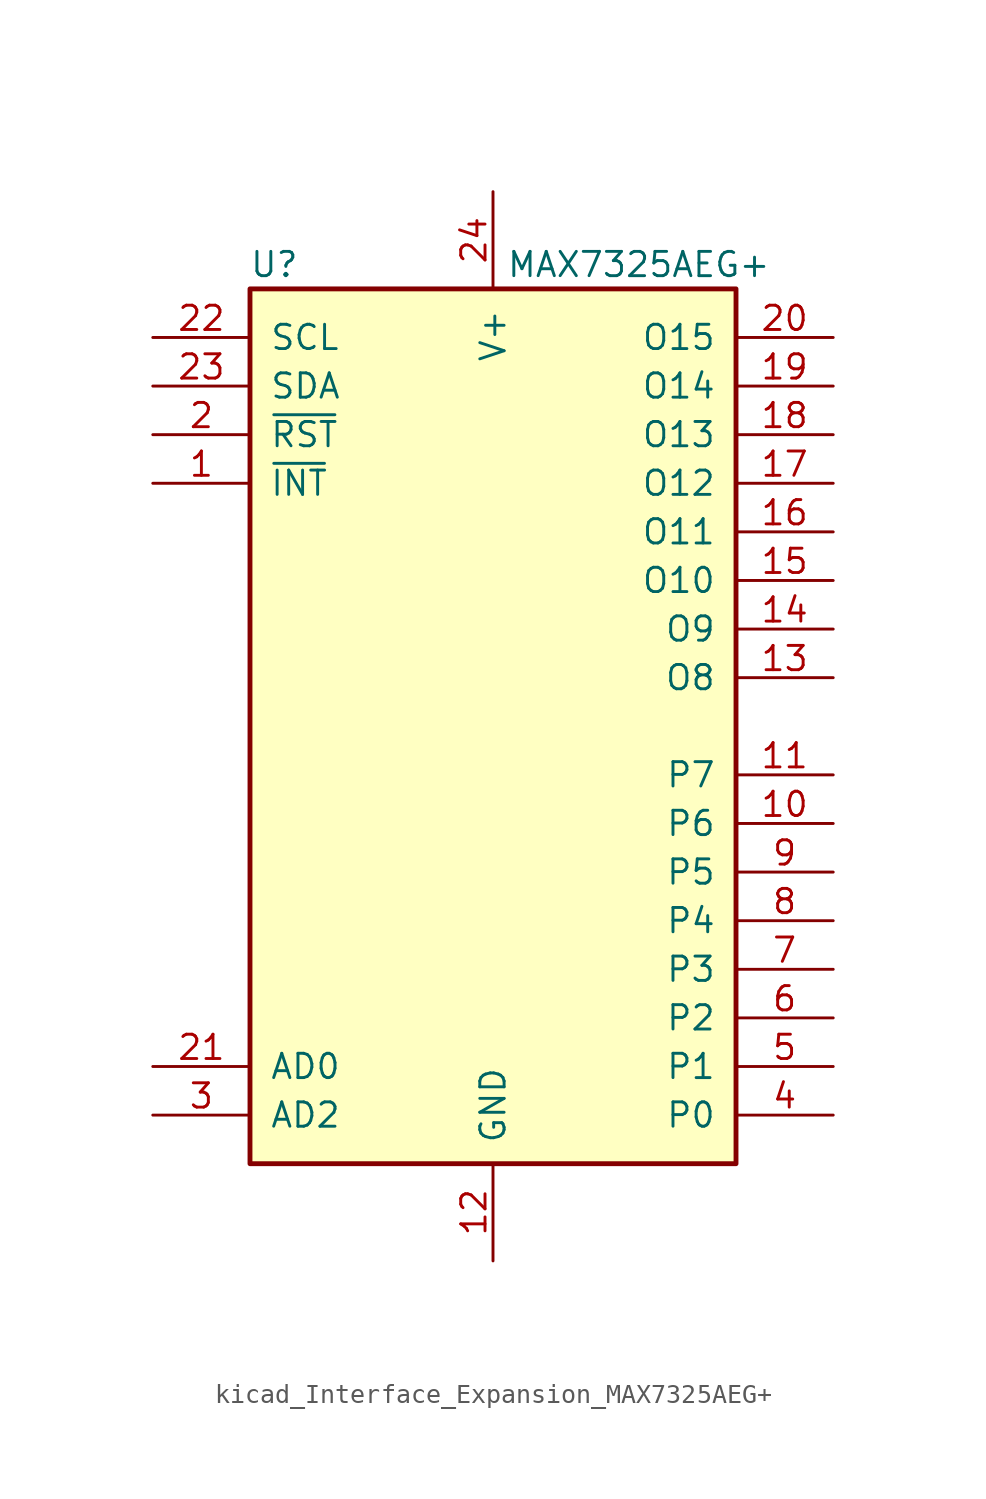
<source format=kicad_sym>
(kicad_symbol_lib
  (version 20220914)
  (generator kicad_symbol_editor)
  (symbol "kicad_Interface_Expansion_MAX7325AEG+"
    (pin_names
      (offset 1.016))
    (property "Reference" "U"
      (at -11.43 24.13 0)
      (effects (font (size 1.27 1.27))))
    (property "Value" "MAX7325AEG+"
      (at 7.62 24.13 0)
      (effects (font (size 1.27 1.27))))
    (symbol "kicad_Interface_Expansion_MAX7325AEG+_0_1"
      (rectangle (start -12.7 22.86) (end 12.7 -22.86) (stroke (width 0.254) (type default)) (fill (type background))))
    (symbol "kicad_Interface_Expansion_MAX7325AEG+_1_1"
      (pin open_collector line (at -17.78 12.7 0) (length 5.08) (name "~{INT}" (effects (font (size 1.27 1.27)))) (number "1" (effects (font (size 1.27 1.27)))))
      (pin bidirectional line (at 17.78 -5.08 180) (length 5.08) (name "P6" (effects (font (size 1.27 1.27)))) (number "10" (effects (font (size 1.27 1.27)))))
      (pin bidirectional line (at 17.78 -2.54 180) (length 5.08) (name "P7" (effects (font (size 1.27 1.27)))) (number "11" (effects (font (size 1.27 1.27)))))
      (pin power_in line (at 0 -27.94 90) (length 5.08) (name "GND" (effects (font (size 1.27 1.27)))) (number "12" (effects (font (size 1.27 1.27)))))
      (pin open_collector line (at 17.78 2.54 180) (length 5.08) (name "O8" (effects (font (size 1.27 1.27)))) (number "13" (effects (font (size 1.27 1.27)))))
      (pin open_collector line (at 17.78 5.08 180) (length 5.08) (name "O9" (effects (font (size 1.27 1.27)))) (number "14" (effects (font (size 1.27 1.27)))))
      (pin open_collector line (at 17.78 7.62 180) (length 5.08) (name "O10" (effects (font (size 1.27 1.27)))) (number "15" (effects (font (size 1.27 1.27)))))
      (pin open_collector line (at 17.78 10.16 180) (length 5.08) (name "O11" (effects (font (size 1.27 1.27)))) (number "16" (effects (font (size 1.27 1.27)))))
      (pin open_collector line (at 17.78 12.7 180) (length 5.08) (name "O12" (effects (font (size 1.27 1.27)))) (number "17" (effects (font (size 1.27 1.27)))))
      (pin open_collector line (at 17.78 15.24 180) (length 5.08) (name "O13" (effects (font (size 1.27 1.27)))) (number "18" (effects (font (size 1.27 1.27)))))
      (pin open_collector line (at 17.78 17.78 180) (length 5.08) (name "O14" (effects (font (size 1.27 1.27)))) (number "19" (effects (font (size 1.27 1.27)))))
      (pin input line (at -17.78 15.24 0) (length 5.08) (name "~{RST}" (effects (font (size 1.27 1.27)))) (number "2" (effects (font (size 1.27 1.27)))))
      (pin open_collector line (at 17.78 20.32 180) (length 5.08) (name "O15" (effects (font (size 1.27 1.27)))) (number "20" (effects (font (size 1.27 1.27)))))
      (pin input line (at -17.78 -17.78 0) (length 5.08) (name "AD0" (effects (font (size 1.27 1.27)))) (number "21" (effects (font (size 1.27 1.27)))))
      (pin input line (at -17.78 20.32 0) (length 5.08) (name "SCL" (effects (font (size 1.27 1.27)))) (number "22" (effects (font (size 1.27 1.27)))))
      (pin bidirectional line (at -17.78 17.78 0) (length 5.08) (name "SDA" (effects (font (size 1.27 1.27)))) (number "23" (effects (font (size 1.27 1.27)))))
      (pin power_in line (at 0 27.94 270) (length 5.08) (name "V+" (effects (font (size 1.27 1.27)))) (number "24" (effects (font (size 1.27 1.27)))))
      (pin input line (at -17.78 -20.32 0) (length 5.08) (name "AD2" (effects (font (size 1.27 1.27)))) (number "3" (effects (font (size 1.27 1.27)))))
      (pin bidirectional line (at 17.78 -20.32 180) (length 5.08) (name "P0" (effects (font (size 1.27 1.27)))) (number "4" (effects (font (size 1.27 1.27)))))
      (pin bidirectional line (at 17.78 -17.78 180) (length 5.08) (name "P1" (effects (font (size 1.27 1.27)))) (number "5" (effects (font (size 1.27 1.27)))))
      (pin bidirectional line (at 17.78 -15.24 180) (length 5.08) (name "P2" (effects (font (size 1.27 1.27)))) (number "6" (effects (font (size 1.27 1.27)))))
      (pin bidirectional line (at 17.78 -12.7 180) (length 5.08) (name "P3" (effects (font (size 1.27 1.27)))) (number "7" (effects (font (size 1.27 1.27)))))
      (pin bidirectional line (at 17.78 -10.16 180) (length 5.08) (name "P4" (effects (font (size 1.27 1.27)))) (number "8" (effects (font (size 1.27 1.27)))))
      (pin bidirectional line (at 17.78 -7.62 180) (length 5.08) (name "P5" (effects (font (size 1.27 1.27)))) (number "9" (effects (font (size 1.27 1.27))))))))
</source>
